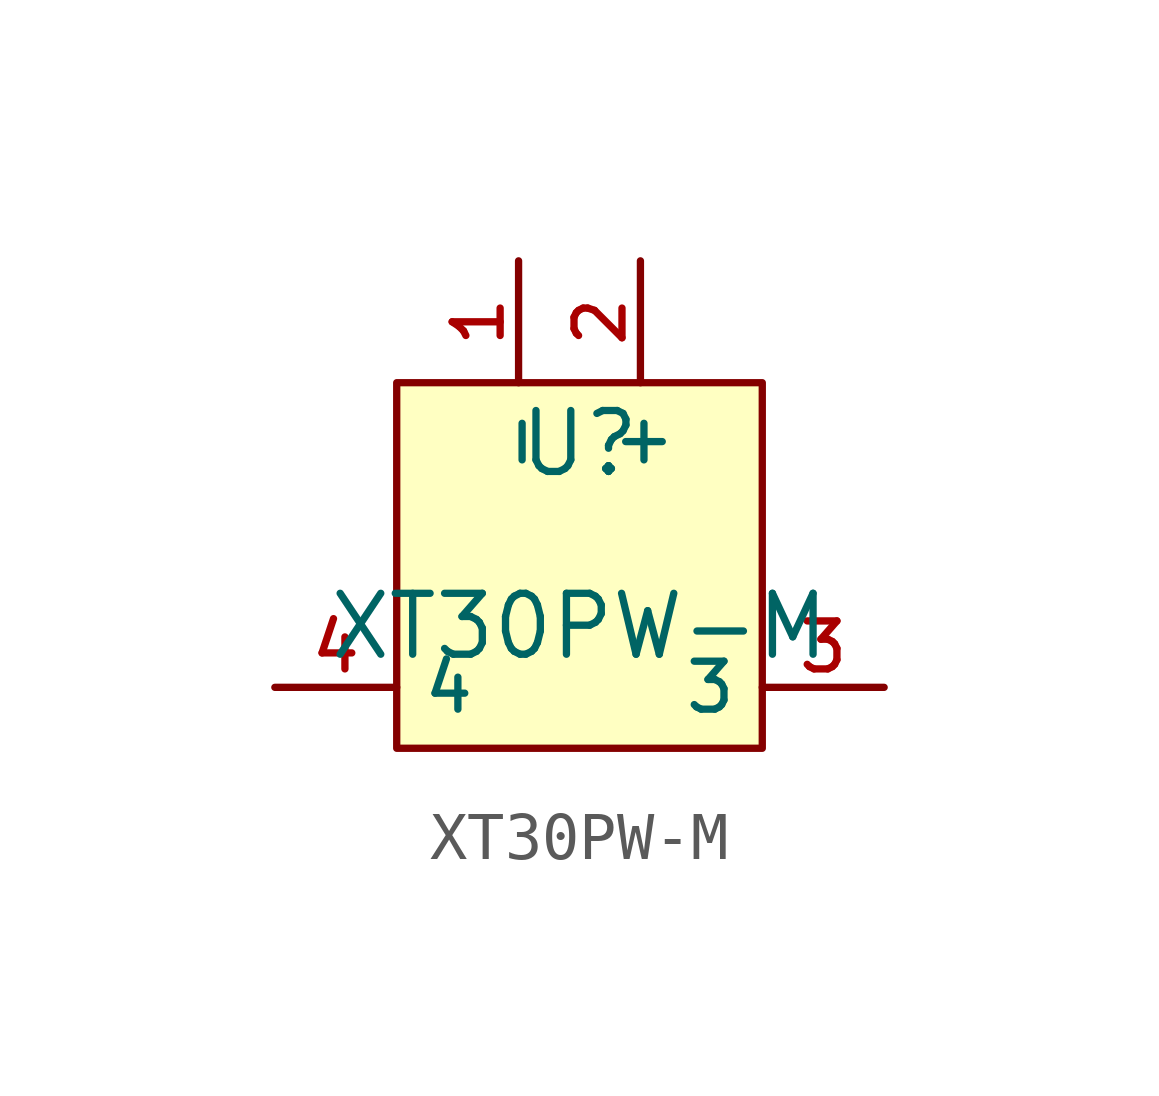
<source format=kicad_sym>
(kicad_symbol_lib
  (version 20210201)
  (generator TousstNicolas/JLC2KiCad_lib)
  (symbol "XT30PW-M"
    (property "Reference" "U"
      (at 0 1.27 0)
      (effects (font (size 1.27 1.27))))
    (property "Value" "XT30PW-M"
      (at 0 -2.54 0)
      (effects (font (size 1.27 1.27))))
    (symbol "XT30PW-M_0_1"
      (rectangle (start -3.81 2.54) (end 3.81 -5.08) (stroke (width 0) (type default) (color 0 0 0 0)) (fill (type background)))
      (pin unspecified line (at -1.27 5.08 270) (length 2.54) (name "-" (effects (font (size 1 1)))) (number "1" (effects (font (size 1 1)))))
      (pin unspecified line (at 1.27 5.08 270) (length 2.54) (name "+" (effects (font (size 1 1)))) (number "2" (effects (font (size 1 1)))))
      (pin unspecified line (at 6.35 -3.81 180) (length 2.54) (name "3" (effects (font (size 1 1)))) (number "3" (effects (font (size 1 1)))))
      (pin unspecified line (at -6.35 -3.81 0) (length 2.54) (name "4" (effects (font (size 1 1)))) (number "4" (effects (font (size 1 1))))))))
</source>
